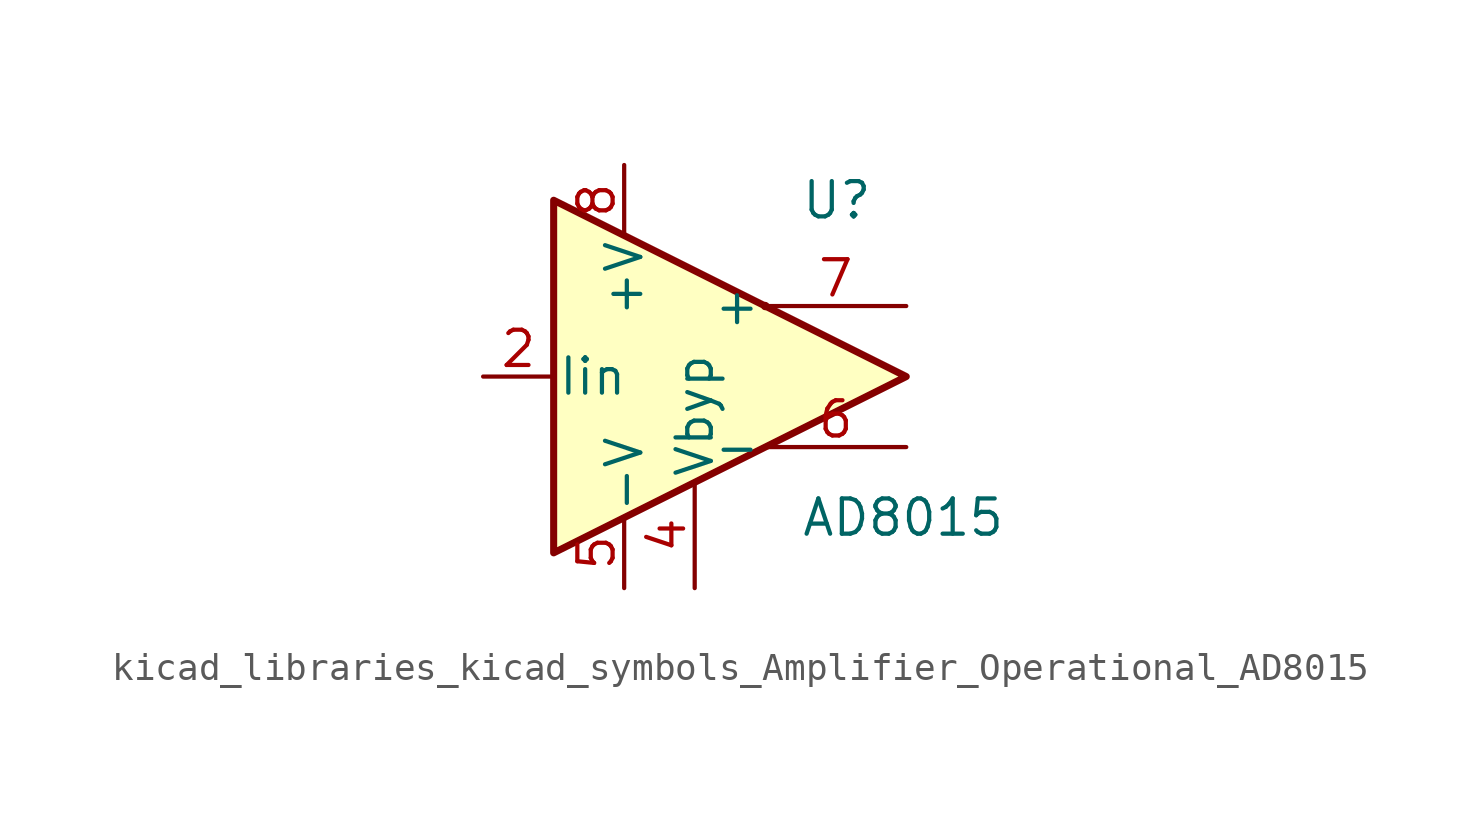
<source format=kicad_sym>
(kicad_symbol_lib
  (version 20220914)
  (generator kicad_symbol_editor)
  (symbol "kicad_libraries_kicad_symbols_Amplifier_Operational_AD8015"
    (pin_names
      (offset 0.127))
    (property "Reference" "U"
      (at 3.81 6.35 0)
      (effects (font (size 1.27 1.27)) (justify left)))
    (property "Value" "AD8015"
      (at 3.81 -5.08 0)
      (effects (font (size 1.27 1.27)) (justify left)))
    (symbol "kicad_libraries_kicad_symbols_Amplifier_Operational_AD8015_0_1"
      (polyline (pts (xy -5.08 6.35) (xy -5.08 -6.35) (xy 7.62 0) (xy -5.08 6.35)) (stroke (width 0.254) (type default)) (fill (type background)))
      (circle (center 2.54 2.54) (radius 0.0001) (stroke (width 0) (type default)) (fill (type none))))
    (symbol "kicad_libraries_kicad_symbols_Amplifier_Operational_AD8015_1_1"
      (pin no_connect line (at -5.08 2.54 0) (length 2.54) hide (name "NC" (effects (font (size 1.27 1.27)))) (number "1" (effects (font (size 1.27 1.27)))))
      (pin input line (at -7.62 0 0) (length 2.54) (name "Iin" (effects (font (size 1.27 1.27)))) (number "2" (effects (font (size 1.27 1.27)))))
      (pin no_connect line (at -5.08 -2.54 0) (length 2.54) hide (name "NC" (effects (font (size 1.27 1.27)))) (number "3" (effects (font (size 1.27 1.27)))))
      (pin input line (at 0 -7.62 90) (length 3.81) (name "Vbyp" (effects (font (size 1.27 1.27)))) (number "4" (effects (font (size 1.27 1.27)))))
      (pin power_in line (at -2.54 -7.62 90) (length 2.54) (name "-V" (effects (font (size 1.27 1.27)))) (number "5" (effects (font (size 1.27 1.27)))))
      (pin output line (at 7.62 -2.54 180) (length 5.08) (name "-" (effects (font (size 1.27 1.27)))) (number "6" (effects (font (size 1.27 1.27)))))
      (pin output line (at 7.62 2.54 180) (length 5.08) (name "+" (effects (font (size 1.27 1.27)))) (number "7" (effects (font (size 1.27 1.27)))))
      (pin power_in line (at -2.54 7.62 270) (length 2.54) (name "+V" (effects (font (size 1.27 1.27)))) (number "8" (effects (font (size 1.27 1.27))))))))
</source>
